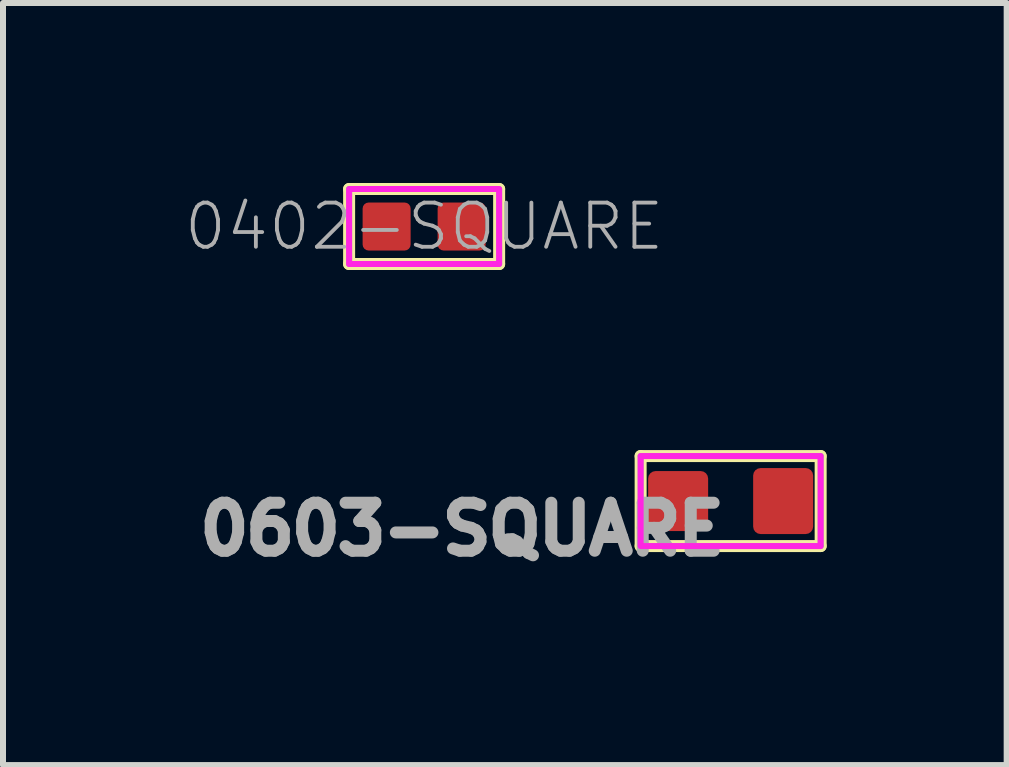
<source format=kicad_pcb>
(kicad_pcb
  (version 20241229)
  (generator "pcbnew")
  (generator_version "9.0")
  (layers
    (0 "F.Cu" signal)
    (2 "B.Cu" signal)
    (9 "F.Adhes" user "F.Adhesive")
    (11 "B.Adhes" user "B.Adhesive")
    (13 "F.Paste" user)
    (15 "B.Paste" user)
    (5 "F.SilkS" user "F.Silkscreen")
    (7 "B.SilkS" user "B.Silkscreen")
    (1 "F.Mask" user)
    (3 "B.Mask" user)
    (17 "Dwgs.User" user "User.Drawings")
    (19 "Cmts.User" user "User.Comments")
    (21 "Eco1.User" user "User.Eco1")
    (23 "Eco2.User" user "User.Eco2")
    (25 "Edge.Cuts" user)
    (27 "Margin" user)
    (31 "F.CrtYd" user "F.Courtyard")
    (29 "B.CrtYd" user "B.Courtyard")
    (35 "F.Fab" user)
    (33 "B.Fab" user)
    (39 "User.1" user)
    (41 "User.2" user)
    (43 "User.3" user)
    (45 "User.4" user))
  (footprint "0603-SQUARE"
    (layer "F.Cu")
    (at 9.126 5.3)
    (property "Reference" "0603-SQUARE" (at 0 0 0) (layer "F.Fab") (effects (font (size 0.8 0.8) (thickness 0.2)) (justify right top)))
    (fp_line (start -1.5 -0.75) (end -1.5 0.75) (stroke (width 0.2) (type solid)) (layer "F.SilkS"))
    (fp_line (start -1.5 -0.75) (end 1.5 -0.75) (stroke (width 0.2) (type solid)) (layer "F.SilkS"))
    (fp_line (start -1.5 0.75) (end 1.5 0.75) (stroke (width 0.2) (type solid)) (layer "F.SilkS"))
    (fp_line (start 1.5 -0.75) (end 1.5 0.75) (stroke (width 0.2) (type solid)) (layer "F.SilkS"))
    (fp_poly (pts (xy -1.5 0.75) (xy 1.5 0.75) (xy 1.5 -0.75) (xy -1.5 -0.75)) (stroke (width 0.1) (type solid)) (fill no) (layer "F.CrtYd"))
    (fp_line (start -1.5 -0.75) (end -1.5 0.75) (stroke (width 0.1) (type solid)) (layer "F.Fab"))
    (fp_line (start -1.5 -0.75) (end 1.5 -0.75) (stroke (width 0.1) (type solid)) (layer "F.Fab"))
    (fp_line (start -1.5 0.75) (end 1.5 0.75) (stroke (width 0.1) (type solid)) (layer "F.Fab"))
    (fp_line (start 1.5 -0.75) (end 1.5 0.75) (stroke (width 0.1) (type solid)) (layer "F.Fab"))
    (pad "1" smd roundrect (at -0.875 0) (size 1 1) (layers "F.Cu" "F.Mask" "F.Paste") (roundrect_rratio 0.125))
    (pad "2" smd roundrect (at 0.875 0) (size 1 1.1) (layers "F.Cu" "F.Mask" "F.Paste") (roundrect_rratio 0.125)))
  (footprint "0402-SQUARE"
    (layer "F.Cu")
    (at 4.018 0.725)
    (property "Reference" "0402-SQUARE" (at 0 0 0) (layer "F.Fab") (effects (font (size 0.736 0.736) (thickness 0.064))))
    (fp_line (start -1.25 -0.625) (end -1.25 0.625) (stroke (width 0.2) (type solid)) (layer "F.SilkS"))
    (fp_line (start -1.25 0.625) (end 1.25 0.625) (stroke (width 0.2) (type solid)) (layer "F.SilkS"))
    (fp_line (start 1.25 -0.625) (end -1.25 -0.625) (stroke (width 0.2) (type solid)) (layer "F.SilkS"))
    (fp_line (start 1.25 0.625) (end 1.25 -0.625) (stroke (width 0.2) (type solid)) (layer "F.SilkS"))
    (fp_poly (pts (xy -1.25 0.625) (xy 1.25 0.625) (xy 1.25 -0.625) (xy -1.25 -0.625)) (stroke (width 0.1) (type solid)) (fill no) (layer "F.CrtYd"))
    (fp_line (start -1.25 -0.625) (end -1.25 0.625) (stroke (width 0.1) (type solid)) (layer "F.Fab"))
    (fp_line (start -1.25 0.625) (end 1.25 0.625) (stroke (width 0.1) (type solid)) (layer "F.Fab"))
    (fp_line (start 1.25 -0.625) (end -1.25 -0.625) (stroke (width 0.1) (type solid)) (layer "F.Fab"))
    (fp_line (start 1.25 0.625) (end 1.25 -0.625) (stroke (width 0.1) (type solid)) (layer "F.Fab"))
    (pad "P$1" smd roundrect (at -0.625 0) (size 0.8 0.8) (layers "F.Cu" "F.Mask" "F.Paste") (roundrect_rratio 0.125))
    (pad "P$2" smd roundrect (at 0.625 0 180) (size 0.8 0.8) (layers "F.Cu" "F.Mask" "F.Paste") (roundrect_rratio 0.125)))
  (gr_rect
    (start -3 -3)
    (end 13.726 9.7)
    (stroke (width 0.1) (type default))
    (fill no)
    (layer "Edge.Cuts")))
</source>
